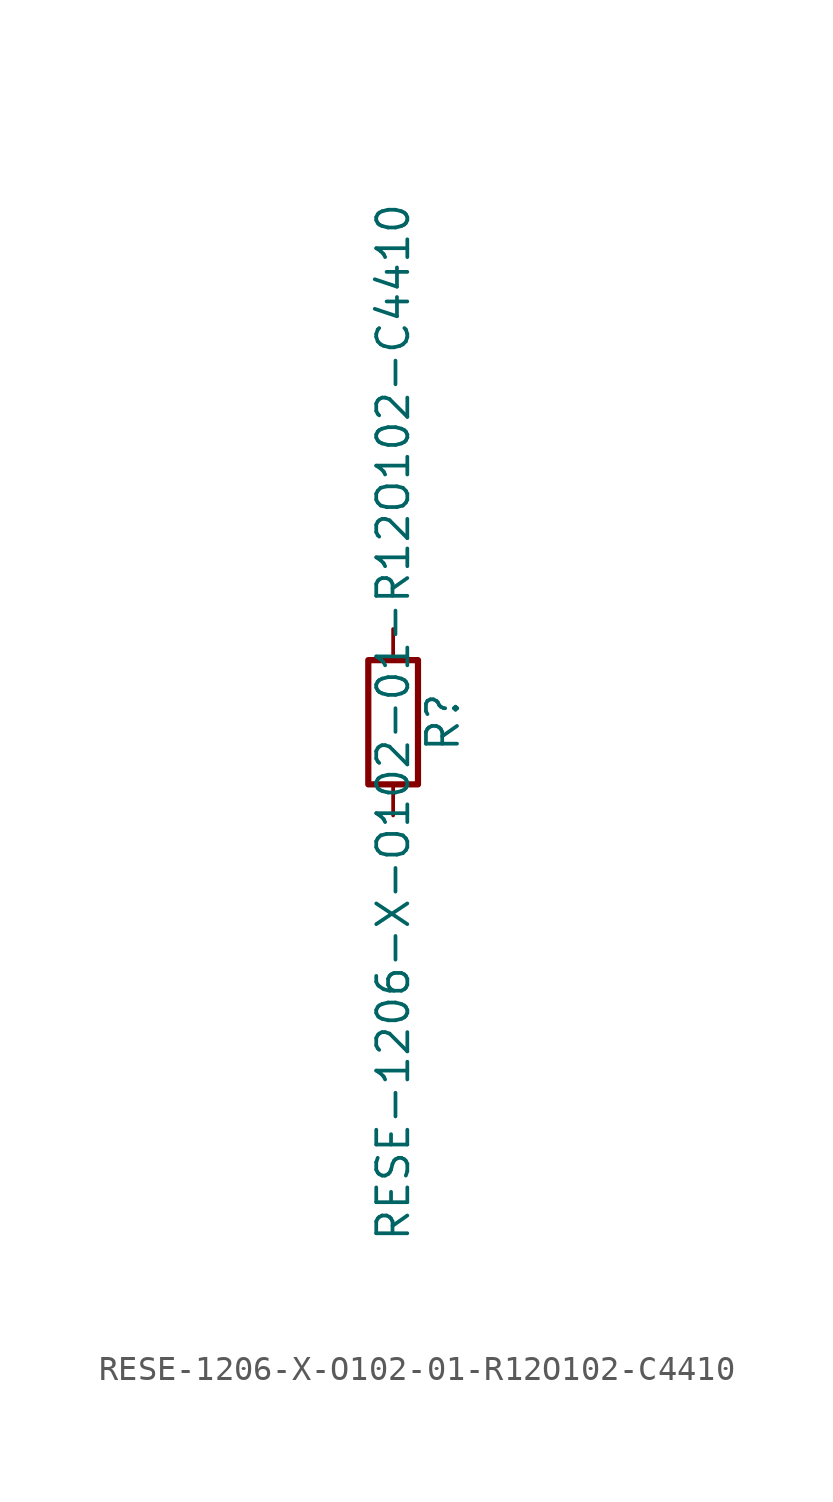
<source format=kicad_sym>
(kicad_symbol_lib
  (version 20211014)
  (generator kicad_symbol_editor)
  (symbol "RESE-1206-X-O102-01-R12O102-C4410"
    (pin_numbers hide)
    (pin_names
      (offset 0))
    (property "Reference" "R"
      (at 2.032 0 90)
      (effects (font (size 1.27 1.27))))
    (property "Value" "RESE-1206-X-O102-01-R12O102-C4410"
      (at 0 0 90)
      (effects (font (size 1.27 1.27))))
    (symbol "RESE-1206-X-O102-01-R12O102-C4410_0_1"
      (rectangle (start -1.016 -2.54) (end 1.016 2.54) (stroke (width 0.254) (type default) (color 0 0 0 0)) (fill (type none))))
    (symbol "RESE-1206-X-O102-01-R12O102-C4410_1_1"
      (pin passive line (at 0 3.81 270) (length 1.27) (name "~" (effects (font (size 1.27 1.27)))) (number "1" (effects (font (size 1.27 1.27)))))
      (pin passive line (at 0 -3.81 90) (length 1.27) (name "~" (effects (font (size 1.27 1.27)))) (number "2" (effects (font (size 1.27 1.27))))))))
</source>
